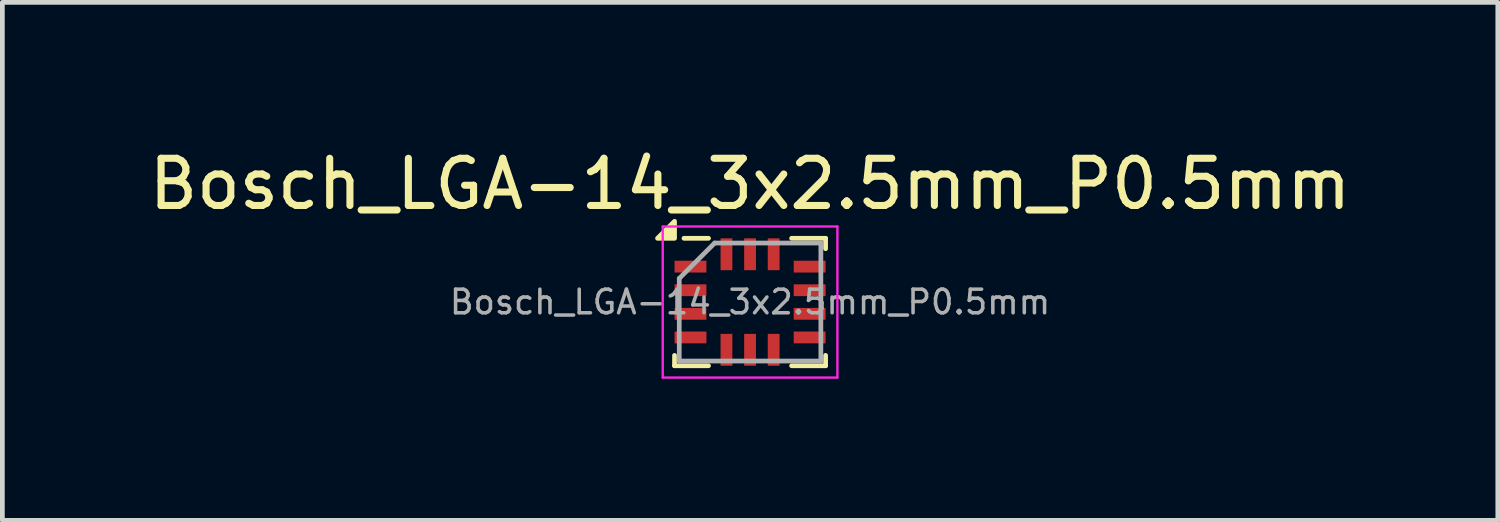
<source format=kicad_pcb>
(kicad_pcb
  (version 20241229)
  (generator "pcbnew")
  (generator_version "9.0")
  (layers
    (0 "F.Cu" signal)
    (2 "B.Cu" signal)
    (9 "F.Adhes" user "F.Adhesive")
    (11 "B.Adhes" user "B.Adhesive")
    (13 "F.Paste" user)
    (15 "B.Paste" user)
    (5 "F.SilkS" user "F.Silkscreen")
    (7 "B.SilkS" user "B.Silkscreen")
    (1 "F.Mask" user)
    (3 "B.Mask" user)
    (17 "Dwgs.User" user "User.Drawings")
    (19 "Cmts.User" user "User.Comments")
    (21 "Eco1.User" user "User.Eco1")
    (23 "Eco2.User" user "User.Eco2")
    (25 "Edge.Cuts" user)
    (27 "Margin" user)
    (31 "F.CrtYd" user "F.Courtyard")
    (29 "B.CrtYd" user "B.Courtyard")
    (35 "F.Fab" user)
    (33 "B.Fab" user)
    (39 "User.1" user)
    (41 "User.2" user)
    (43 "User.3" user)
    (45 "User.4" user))
  (footprint "Bosch_LGA-14_3x2.5mm_P0.5mm"
    (layer "F.Cu")
    (at 12.839 3.348)
    (property "Reference" "Bosch_LGA-14_3x2.5mm_P0.5mm" (at 0 -2.5 0) (layer "F.SilkS") (effects (font (size 1 1) (thickness 0.15))))
    (attr smd)
    (fp_line (start -1.6 1.35) (end -1.6 1.13) (stroke (width 0.1) (type solid)) (layer "F.SilkS"))
    (fp_line (start -1.6 1.35) (end -0.88 1.35) (stroke (width 0.1) (type solid)) (layer "F.SilkS"))
    (fp_line (start -1.4 -1.35) (end -0.88 -1.35) (stroke (width 0.1) (type solid)) (layer "F.SilkS"))
    (fp_line (start 0.88 -1.35) (end 1.6 -1.35) (stroke (width 0.1) (type solid)) (layer "F.SilkS"))
    (fp_line (start 1.6 -1.35) (end 1.6 -1.13) (stroke (width 0.1) (type solid)) (layer "F.SilkS"))
    (fp_line (start 1.6 1.13) (end 1.6 1.35) (stroke (width 0.1) (type solid)) (layer "F.SilkS"))
    (fp_line (start 1.6 1.35) (end 0.88 1.35) (stroke (width 0.1) (type solid)) (layer "F.SilkS"))
    (fp_poly (pts (xy -1.6 -1.35) (xy -1.96 -1.35) (xy -1.6 -1.71) (xy -1.6 -1.35)) (stroke (width 0.1) (type solid)) (fill yes) (layer "F.SilkS"))
    (fp_line (start -1.85 -1.6) (end 1.85 -1.6) (stroke (width 0.05) (type solid)) (layer "F.CrtYd"))
    (fp_line (start -1.85 1.6) (end -1.85 -1.6) (stroke (width 0.05) (type solid)) (layer "F.CrtYd"))
    (fp_line (start 1.85 -1.6) (end 1.85 1.6) (stroke (width 0.05) (type solid)) (layer "F.CrtYd"))
    (fp_line (start 1.85 1.6) (end -1.85 1.6) (stroke (width 0.05) (type solid)) (layer "F.CrtYd"))
    (fp_line (start -1.5 1.25) (end -1.5 -0.5) (stroke (width 0.1) (type solid)) (layer "F.Fab"))
    (fp_line (start -0.75 -1.25) (end -1.5 -0.5) (stroke (width 0.1) (type solid)) (layer "F.Fab"))
    (fp_line (start -0.75 -1.25) (end 1.5 -1.25) (stroke (width 0.1) (type solid)) (layer "F.Fab"))
    (fp_line (start 1.5 -1.25) (end 1.5 1.25) (stroke (width 0.1) (type solid)) (layer "F.Fab"))
    (fp_line (start 1.5 1.25) (end -1.5 1.25) (stroke (width 0.1) (type solid)) (layer "F.Fab"))
    (fp_text user "${REFERENCE}" (at 0 0 0) (layer "F.Fab") (effects (font (size 0.5 0.5) (thickness 0.075))))
    (pad "1" smd rect (at -1.262 -0.75) (size 0.675 0.25) (layers "F.Cu" "F.Mask" "F.Paste"))
    (pad "2" smd rect (at -1.262 -0.25) (size 0.675 0.25) (layers "F.Cu" "F.Mask" "F.Paste"))
    (pad "3" smd rect (at -1.262 0.25) (size 0.675 0.25) (layers "F.Cu" "F.Mask" "F.Paste"))
    (pad "4" smd rect (at -1.262 0.75) (size 0.675 0.25) (layers "F.Cu" "F.Mask" "F.Paste"))
    (pad "5" smd rect (at -0.5 1.012) (size 0.25 0.675) (layers "F.Cu" "F.Mask" "F.Paste"))
    (pad "6" smd rect (at 0 1.012) (size 0.25 0.675) (layers "F.Cu" "F.Mask" "F.Paste"))
    (pad "7" smd rect (at 0.5 1.012) (size 0.25 0.675) (layers "F.Cu" "F.Mask" "F.Paste"))
    (pad "8" smd rect (at 1.262 0.75) (size 0.675 0.25) (layers "F.Cu" "F.Mask" "F.Paste"))
    (pad "9" smd rect (at 1.262 0.25) (size 0.675 0.25) (layers "F.Cu" "F.Mask" "F.Paste"))
    (pad "10" smd rect (at 1.262 -0.25) (size 0.675 0.25) (layers "F.Cu" "F.Mask" "F.Paste"))
    (pad "11" smd rect (at 1.262 -0.75) (size 0.675 0.25) (layers "F.Cu" "F.Mask" "F.Paste"))
    (pad "12" smd rect (at 0.5 -1.012) (size 0.25 0.675) (layers "F.Cu" "F.Mask" "F.Paste"))
    (pad "13" smd rect (at 0 -1.012) (size 0.25 0.675) (layers "F.Cu" "F.Mask" "F.Paste"))
    (pad "14" smd rect (at -0.5 -1.012) (size 0.25 0.675) (layers "F.Cu" "F.Mask" "F.Paste")))
  (gr_rect
    (start -3 -3)
    (end 28.679 7.973)
    (stroke (width 0.1) (type default))
    (fill no)
    (layer "Edge.Cuts")))
</source>
